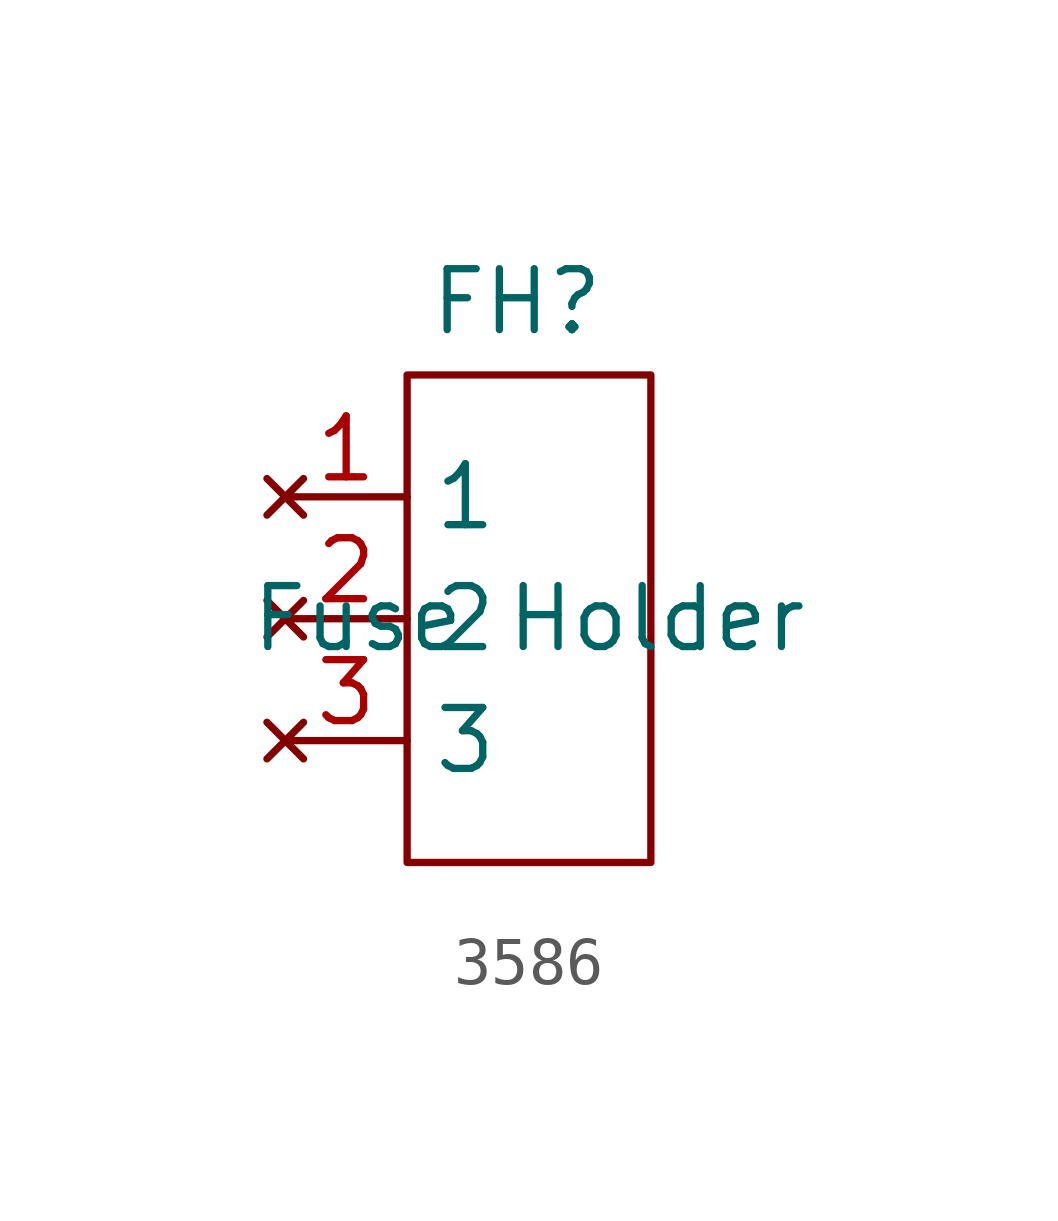
<source format=kicad_sym>
(kicad_symbol_lib
  (version 20241209)
  (generator "kicad_symbol_editor")
  (generator_version "9.0")
  (symbol "3586"
    (property "Reference" "FH"
      (at -0.254 6.604 0)
      (effects (font (size 1.27 1.27))))
    (property "Value" "Fuse Holder"
      (at 0 0 0)
      (effects (font (size 1.27 1.27))))
    (symbol "3586_1_0"
      (rectangle (start -2.54 5.08) (end 2.54 -5.08) (stroke (width 0) (type default)) (fill (type none)))
      (pin no_connect line (at -5.08 2.54 0) (length 2.54) (name "1" (effects (font (size 1.27 1.27)))) (number "1" (effects (font (size 1.27 1.27)))))
      (pin no_connect line (at -5.08 0 0) (length 2.54) (name "2" (effects (font (size 1.27 1.27)))) (number "2" (effects (font (size 1.27 1.27)))))
      (pin no_connect line (at -5.08 -2.54 0) (length 2.54) (name "3" (effects (font (size 1.27 1.27)))) (number "3" (effects (font (size 1.27 1.27))))))))
</source>
